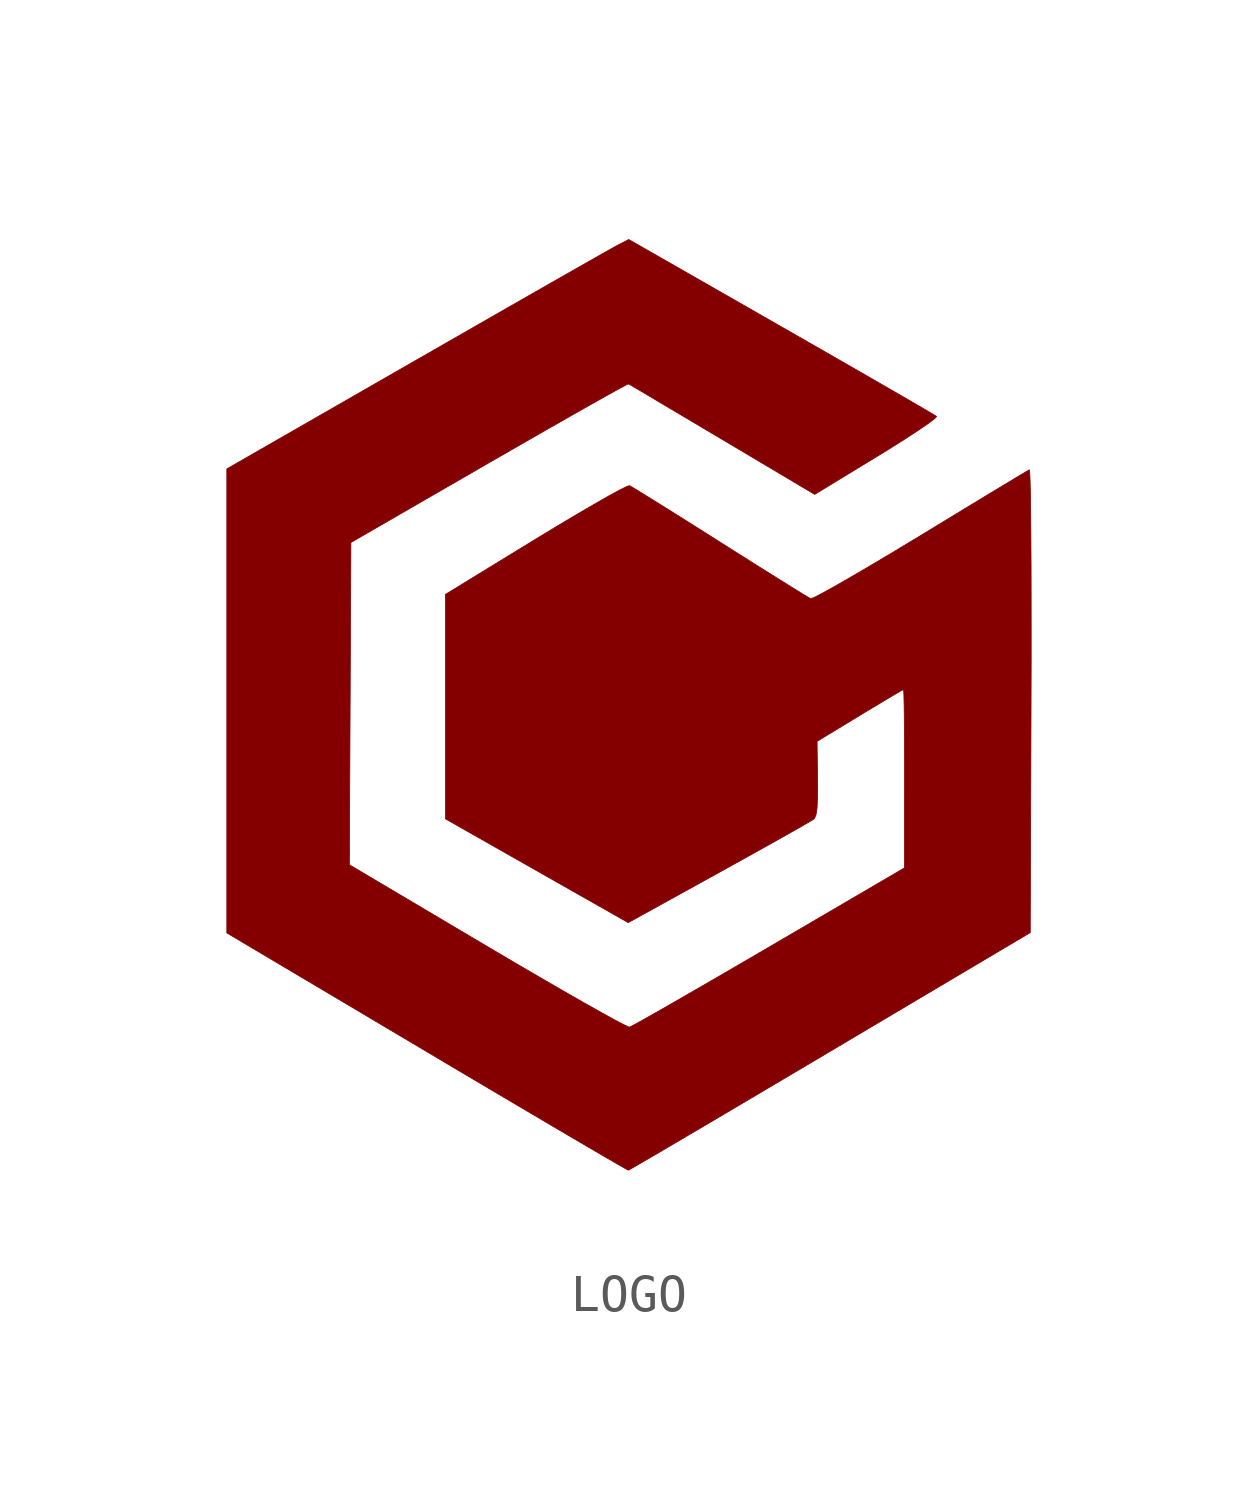
<source format=kicad_sym>
(kicad_symbol_lib
  (version 20220914)
  (generator "bitmap2component")
  (generator_version "8.0")
  (symbol "LOGO"
    (pin_names
      (offset 1.016))
    (property "Reference" "#G"
      (at 0 12.065 0)
      (effects (font (size 1.27 1.27)) hide))
    (symbol "LOGO_0_0"
      (polyline (pts (xy -0.004 -12.696) (xy 0.082 -12.648) (xy 0.302 -12.521) (xy 0.644 -12.322) (xy 1.097 -12.056) (xy 1.649 -11.731) (xy 2.289 -11.354) (xy 3.006 -10.93) (xy 3.788 -10.467) (xy 4.625 -9.972) (xy 5.503 -9.451) (xy 10.964 -6.211) (xy 10.986 0.119) (xy 10.986 0.173) (xy 10.989 1.188) (xy 10.989 2.151) (xy 10.988 3.05) (xy 10.986 3.87) (xy 10.981 4.599) (xy 10.976 5.224) (xy 10.969 5.731) (xy 10.96 6.109) (xy 10.95 6.343) (xy 10.94 6.421) (xy 10.927 6.414) (xy 10.796 6.337) (xy 10.543 6.185) (xy 10.181 5.967) (xy 9.728 5.693) (xy 9.198 5.372) (xy 8.608 5.013) (xy 7.974 4.627) (xy 7.754 4.494) (xy 7.131 4.119) (xy 6.557 3.778) (xy 6.048 3.48) (xy 5.618 3.234) (xy 5.285 3.05) (xy 5.064 2.936) (xy 4.972 2.902) (xy 4.925 2.928) (xy 4.746 3.035) (xy 4.454 3.216) (xy 4.066 3.458) (xy 3.599 3.75) (xy 3.071 4.083) (xy 2.5 4.444) (xy 2.12 4.685) (xy 1.575 5.029) (xy 1.085 5.337) (xy 0.667 5.597) (xy 0.34 5.8) (xy 0.119 5.934) (xy 0.025 5.988) (xy -0.035 5.97) (xy -0.228 5.876) (xy -0.533 5.71) (xy -0.935 5.481) (xy -1.414 5.201) (xy -1.955 4.879) (xy -2.539 4.525) (xy -4.995 3.021) (xy -4.995 -0.043) (xy -4.995 -3.108) (xy -2.502 -4.524) (xy -0.009 -5.939) (xy 2.472 -4.569) (xy 2.885 -4.34) (xy 3.452 -4.025) (xy 3.962 -3.74) (xy 4.396 -3.496) (xy 4.736 -3.303) (xy 4.965 -3.17) (xy 5.063 -3.109) (xy 5.113 -3.014) (xy 5.145 -2.812) (xy 5.16 -2.483) (xy 5.159 -2.006) (xy 5.145 -0.992) (xy 6.31 -0.284) (xy 6.572 -0.126) (xy 6.935 0.092) (xy 7.228 0.267) (xy 7.426 0.382) (xy 7.505 0.423) (xy 7.507 0.419) (xy 7.514 0.302) (xy 7.521 0.041) (xy 7.526 -0.341) (xy 7.53 -0.825) (xy 7.533 -1.388) (xy 7.533 -2.011) (xy 7.531 -4.445) (xy 3.84 -6.604) (xy 3.669 -6.704) (xy 2.954 -7.121) (xy 2.284 -7.51) (xy 1.675 -7.862) (xy 1.14 -8.17) (xy 0.693 -8.425) (xy 0.349 -8.619) (xy 0.123 -8.744) (xy 0.028 -8.791) (xy 0.012 -8.788) (xy -0.128 -8.725) (xy -0.394 -8.585) (xy -0.772 -8.376) (xy -1.249 -8.108) (xy -1.81 -7.787) (xy -2.441 -7.421) (xy -3.128 -7.02) (xy -3.857 -6.59) (xy -7.62 -4.36) (xy -7.599 0.038) (xy -7.578 4.436) (xy -3.81 6.612) (xy -3.57 6.75) (xy -2.854 7.162) (xy -2.187 7.544) (xy -1.584 7.888) (xy -1.057 8.187) (xy -0.622 8.431) (xy -0.291 8.615) (xy -0.079 8.729) (xy 0 8.765) (xy 0.056 8.733) (xy 0.244 8.622) (xy 0.546 8.443) (xy 0.945 8.206) (xy 1.426 7.921) (xy 1.97 7.597) (xy 2.562 7.246) (xy 5.081 5.749) (xy 6.777 6.782) (xy 7.085 6.971) (xy 7.526 7.249) (xy 7.897 7.491) (xy 8.181 7.685) (xy 8.357 7.818) (xy 8.407 7.877) (xy 8.359 7.907) (xy 8.176 8.016) (xy 7.869 8.195) (xy 7.452 8.438) (xy 6.937 8.735) (xy 6.338 9.08) (xy 5.669 9.465) (xy 4.943 9.881) (xy 4.173 10.322) (xy 0.006 12.706) (xy -0.315 12.541) (xy -0.385 12.502) (xy -0.603 12.38) (xy -0.947 12.185) (xy -1.403 11.926) (xy -1.96 11.609) (xy -2.604 11.241) (xy -3.323 10.83) (xy -4.103 10.383) (xy -4.933 9.907) (xy -5.8 9.41) (xy -10.964 6.445) (xy -10.964 0.112) (xy -10.964 -6.221) (xy -5.508 -9.46) (xy -5.462 -9.488) (xy -4.586 -10.008) (xy -3.753 -10.501) (xy -2.974 -10.961) (xy -2.261 -11.382) (xy -1.626 -11.756) (xy -1.079 -12.077) (xy -0.632 -12.338) (xy -0.296 -12.533) (xy -0.084 -12.654) (xy -0.005 -12.696) (xy -0.004 -12.696)) (stroke (width 0.01) (type default)) (fill (type outline))))))
</source>
